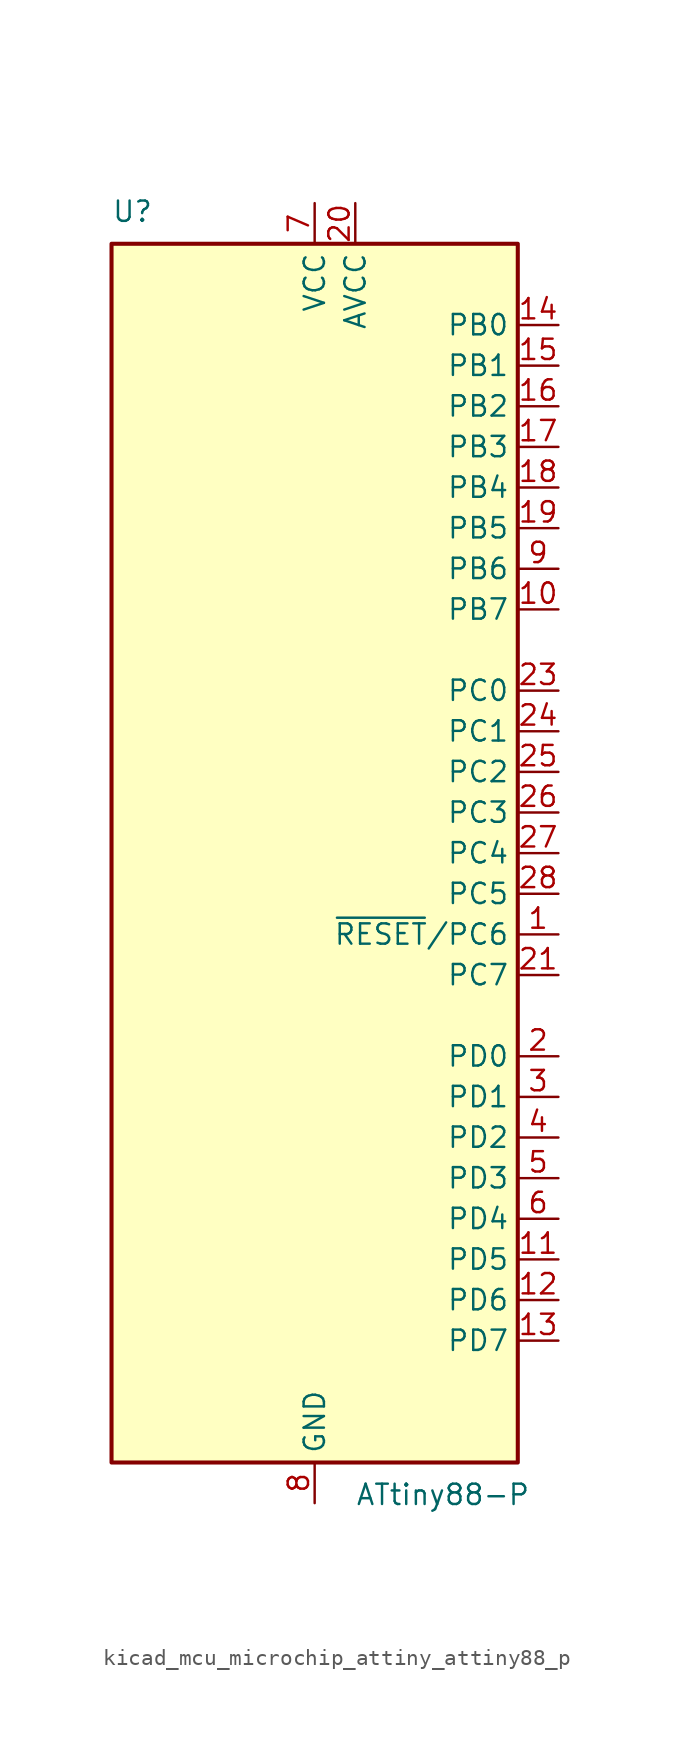
<source format=kicad_sym>
(kicad_symbol_lib
  (version 20220914)
  (generator kicad_symbol_editor)
  (symbol "kicad_mcu_microchip_attiny_attiny88_p"
    (property "Reference" "U"
      (at -12.7 39.37 0)
      (effects (font (size 1.27 1.27)) (justify left bottom)))
    (property "Value" "ATtiny88-P"
      (at 2.54 -39.37 0)
      (effects (font (size 1.27 1.27)) (justify left top)))
    (symbol "kicad_mcu_microchip_attiny_attiny88_p_0_1"
      (rectangle (start -12.7 -38.1) (end 12.7 38.1) (stroke (width 0.254) (type default)) (fill (type background))))
    (symbol "kicad_mcu_microchip_attiny_attiny88_p_1_1"
      (pin bidirectional line (at 15.24 -5.08 180) (length 2.54) (name "~{RESET}/PC6" (effects (font (size 1.27 1.27)))) (number "1" (effects (font (size 1.27 1.27)))))
      (pin bidirectional line (at 15.24 15.24 180) (length 2.54) (name "PB7" (effects (font (size 1.27 1.27)))) (number "10" (effects (font (size 1.27 1.27)))))
      (pin bidirectional line (at 15.24 -25.4 180) (length 2.54) (name "PD5" (effects (font (size 1.27 1.27)))) (number "11" (effects (font (size 1.27 1.27)))))
      (pin bidirectional line (at 15.24 -27.94 180) (length 2.54) (name "PD6" (effects (font (size 1.27 1.27)))) (number "12" (effects (font (size 1.27 1.27)))))
      (pin bidirectional line (at 15.24 -30.48 180) (length 2.54) (name "PD7" (effects (font (size 1.27 1.27)))) (number "13" (effects (font (size 1.27 1.27)))))
      (pin bidirectional line (at 15.24 33.02 180) (length 2.54) (name "PB0" (effects (font (size 1.27 1.27)))) (number "14" (effects (font (size 1.27 1.27)))))
      (pin bidirectional line (at 15.24 30.48 180) (length 2.54) (name "PB1" (effects (font (size 1.27 1.27)))) (number "15" (effects (font (size 1.27 1.27)))))
      (pin bidirectional line (at 15.24 27.94 180) (length 2.54) (name "PB2" (effects (font (size 1.27 1.27)))) (number "16" (effects (font (size 1.27 1.27)))))
      (pin bidirectional line (at 15.24 25.4 180) (length 2.54) (name "PB3" (effects (font (size 1.27 1.27)))) (number "17" (effects (font (size 1.27 1.27)))))
      (pin bidirectional line (at 15.24 22.86 180) (length 2.54) (name "PB4" (effects (font (size 1.27 1.27)))) (number "18" (effects (font (size 1.27 1.27)))))
      (pin bidirectional line (at 15.24 20.32 180) (length 2.54) (name "PB5" (effects (font (size 1.27 1.27)))) (number "19" (effects (font (size 1.27 1.27)))))
      (pin bidirectional line (at 15.24 -12.7 180) (length 2.54) (name "PD0" (effects (font (size 1.27 1.27)))) (number "2" (effects (font (size 1.27 1.27)))))
      (pin power_in line (at 2.54 40.64 270) (length 2.54) (name "AVCC" (effects (font (size 1.27 1.27)))) (number "20" (effects (font (size 1.27 1.27)))))
      (pin bidirectional line (at 15.24 -7.62 180) (length 2.54) (name "PC7" (effects (font (size 1.27 1.27)))) (number "21" (effects (font (size 1.27 1.27)))))
      (pin passive line (at 0 -40.64 90) (length 2.54) hide (name "GND" (effects (font (size 1.27 1.27)))) (number "22" (effects (font (size 1.27 1.27)))))
      (pin bidirectional line (at 15.24 10.16 180) (length 2.54) (name "PC0" (effects (font (size 1.27 1.27)))) (number "23" (effects (font (size 1.27 1.27)))))
      (pin bidirectional line (at 15.24 7.62 180) (length 2.54) (name "PC1" (effects (font (size 1.27 1.27)))) (number "24" (effects (font (size 1.27 1.27)))))
      (pin bidirectional line (at 15.24 5.08 180) (length 2.54) (name "PC2" (effects (font (size 1.27 1.27)))) (number "25" (effects (font (size 1.27 1.27)))))
      (pin bidirectional line (at 15.24 2.54 180) (length 2.54) (name "PC3" (effects (font (size 1.27 1.27)))) (number "26" (effects (font (size 1.27 1.27)))))
      (pin bidirectional line (at 15.24 0 180) (length 2.54) (name "PC4" (effects (font (size 1.27 1.27)))) (number "27" (effects (font (size 1.27 1.27)))))
      (pin bidirectional line (at 15.24 -2.54 180) (length 2.54) (name "PC5" (effects (font (size 1.27 1.27)))) (number "28" (effects (font (size 1.27 1.27)))))
      (pin bidirectional line (at 15.24 -15.24 180) (length 2.54) (name "PD1" (effects (font (size 1.27 1.27)))) (number "3" (effects (font (size 1.27 1.27)))))
      (pin bidirectional line (at 15.24 -17.78 180) (length 2.54) (name "PD2" (effects (font (size 1.27 1.27)))) (number "4" (effects (font (size 1.27 1.27)))))
      (pin bidirectional line (at 15.24 -20.32 180) (length 2.54) (name "PD3" (effects (font (size 1.27 1.27)))) (number "5" (effects (font (size 1.27 1.27)))))
      (pin bidirectional line (at 15.24 -22.86 180) (length 2.54) (name "PD4" (effects (font (size 1.27 1.27)))) (number "6" (effects (font (size 1.27 1.27)))))
      (pin power_in line (at 0 40.64 270) (length 2.54) (name "VCC" (effects (font (size 1.27 1.27)))) (number "7" (effects (font (size 1.27 1.27)))))
      (pin power_in line (at 0 -40.64 90) (length 2.54) (name "GND" (effects (font (size 1.27 1.27)))) (number "8" (effects (font (size 1.27 1.27)))))
      (pin bidirectional line (at 15.24 17.78 180) (length 2.54) (name "PB6" (effects (font (size 1.27 1.27)))) (number "9" (effects (font (size 1.27 1.27))))))))
</source>
